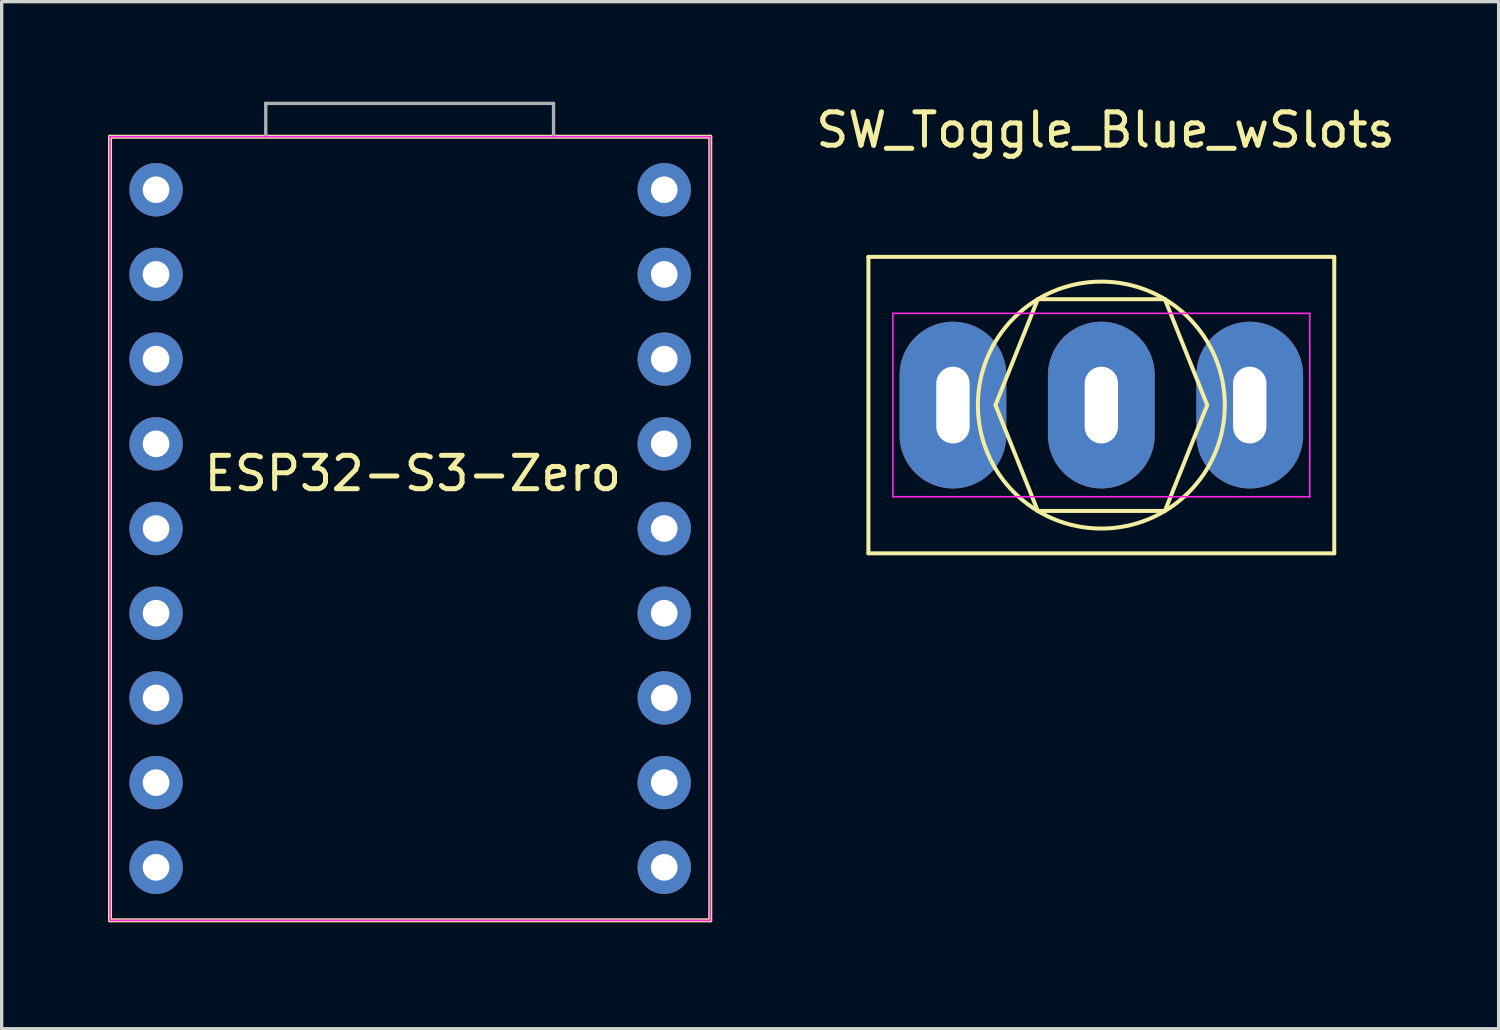
<source format=kicad_pcb>
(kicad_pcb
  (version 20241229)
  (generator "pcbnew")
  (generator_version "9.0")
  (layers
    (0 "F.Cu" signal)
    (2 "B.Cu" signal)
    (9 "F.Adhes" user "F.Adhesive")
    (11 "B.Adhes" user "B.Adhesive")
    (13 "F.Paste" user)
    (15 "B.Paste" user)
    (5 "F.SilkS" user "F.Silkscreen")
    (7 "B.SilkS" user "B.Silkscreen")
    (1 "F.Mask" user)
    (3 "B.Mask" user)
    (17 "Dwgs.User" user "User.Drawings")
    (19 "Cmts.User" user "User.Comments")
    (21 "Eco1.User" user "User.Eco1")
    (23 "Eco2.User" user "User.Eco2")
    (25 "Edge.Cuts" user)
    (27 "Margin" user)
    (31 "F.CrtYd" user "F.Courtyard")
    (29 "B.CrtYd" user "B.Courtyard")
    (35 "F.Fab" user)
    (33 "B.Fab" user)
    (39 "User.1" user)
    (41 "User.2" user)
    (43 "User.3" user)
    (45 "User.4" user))
  (footprint "ESP32-S3-Zero"
    (layer "F.Cu")
    (at 0.25 24.55)
    (property "Reference" "ESP32-S3-Zero" (at 9.08 -13.4 0) (unlocked yes) (layer "F.SilkS") (effects (font (size 1 1) (thickness 0.15))))
    (attr through_hole exclude_from_pos_files)
    (fp_line (start 0 -23.5) (end 0 0) (stroke (width 0.12) (type solid)) (layer "F.SilkS"))
    (fp_line (start 0 0) (end 18 0) (stroke (width 0.12) (type solid)) (layer "F.SilkS"))
    (fp_line (start 18 -23.5) (end 0 -23.5) (stroke (width 0.12) (type solid)) (layer "F.SilkS"))
    (fp_line (start 18 0) (end 18 -23.5) (stroke (width 0.12) (type solid)) (layer "F.SilkS"))
    (fp_line (start 0 -23.5) (end 18 -23.5) (stroke (width 0.05) (type solid)) (layer "F.CrtYd"))
    (fp_line (start 0 0) (end 0 -23.5) (stroke (width 0.05) (type solid)) (layer "F.CrtYd"))
    (fp_line (start 18 -23.5) (end 18 0) (stroke (width 0.05) (type solid)) (layer "F.CrtYd"))
    (fp_line (start 18 0) (end 0 0) (stroke (width 0.05) (type solid)) (layer "F.CrtYd"))
    (fp_line (start 4.67 -24.5) (end 4.67 -23.5) (stroke (width 0.1) (type solid)) (layer "F.Fab"))
    (fp_line (start 4.67 -24.5) (end 13.3 -24.5) (stroke (width 0.1) (type solid)) (layer "F.Fab"))
    (fp_line (start 13.3 -24.5) (end 13.3 -23.5) (stroke (width 0.1) (type solid)) (layer "F.Fab"))
    (pad "1" thru_hole circle (at 1.38 -14.29) (size 1.6 1.6) (drill 0.8) (layers "*.Cu" "*.Mask"))
    (pad "2" thru_hole circle (at 1.38 -11.75) (size 1.6 1.6) (drill 0.8) (layers "*.Cu" "*.Mask"))
    (pad "3" thru_hole circle (at 1.38 -9.21) (size 1.6 1.6) (drill 0.8) (layers "*.Cu" "*.Mask"))
    (pad "4" thru_hole circle (at 1.38 -6.67) (size 1.6 1.6) (drill 0.8) (layers "*.Cu" "*.Mask"))
    (pad "5" thru_hole circle (at 1.38 -4.13 90) (size 1.6 1.6) (drill 0.8) (layers "*.Cu" "*.Mask"))
    (pad "6" thru_hole circle (at 1.38 -1.59) (size 1.6 1.6) (drill 0.8) (layers "*.Cu" "*.Mask"))
    (pad "7" thru_hole circle (at 16.62 -1.59) (size 1.6 1.6) (drill 0.8) (layers "*.Cu" "*.Mask"))
    (pad "8" thru_hole circle (at 16.62 -4.13) (size 1.6 1.6) (drill 0.8) (layers "*.Cu" "*.Mask"))
    (pad "9" thru_hole circle (at 16.62 -6.67) (size 1.6 1.6) (drill 0.8) (layers "*.Cu" "*.Mask"))
    (pad "10" thru_hole circle (at 16.62 -9.21) (size 1.6 1.6) (drill 0.8) (layers "*.Cu" "*.Mask"))
    (pad "11" thru_hole circle (at 16.62 -11.75) (size 1.6 1.6) (drill 0.8) (layers "*.Cu" "*.Mask"))
    (pad "12" thru_hole circle (at 16.62 -14.29) (size 1.6 1.6) (drill 0.8) (layers "*.Cu" "*.Mask"))
    (pad "13" thru_hole circle (at 16.62 -16.83) (size 1.6 1.6) (drill 0.8) (layers "*.Cu" "*.Mask"))
    (pad "14" thru_hole circle (at 16.62 -19.37 90) (size 1.6 1.6) (drill 0.8) (layers "*.Cu" "*.Mask"))
    (pad "15" thru_hole circle (at 16.62 -21.91) (size 1.6 1.6) (drill 0.8) (layers "*.Cu" "*.Mask"))
    (pad "16" thru_hole circle (at 1.38 -21.91) (size 1.6 1.6) (drill 0.8) (layers "*.Cu" "*.Mask"))
    (pad "17" thru_hole circle (at 1.38 -19.37) (size 1.6 1.6) (drill 0.8) (layers "*.Cu" "*.Mask"))
    (pad "18" thru_hole circle (at 1.38 -16.83) (size 1.6 1.6) (drill 0.8) (layers "*.Cu" "*.Mask")))
  (footprint "SW_Toggle_Blue_wSlots"
    (layer "F.Cu")
    (at 29.978 9.098)
    (property "Reference" "SW_Toggle_Blue_wSlots" (at 0.124 -8.25 0) (layer "F.SilkS") (effects (font (size 1 1) (thickness 0.15))))
    (attr through_hole)
    (fp_line (start -6.985 -4.445) (end 6.985 -4.445) (stroke (width 0.12) (type solid)) (layer "F.SilkS"))
    (fp_line (start -6.985 4.445) (end -6.985 -4.445) (stroke (width 0.12) (type solid)) (layer "F.SilkS"))
    (fp_line (start -3.175 0) (end -1.905 -3.175) (stroke (width 0.12) (type solid)) (layer "F.SilkS"))
    (fp_line (start -1.905 -3.175) (end 1.905 -3.175) (stroke (width 0.12) (type solid)) (layer "F.SilkS"))
    (fp_line (start -1.905 3.175) (end -3.175 0) (stroke (width 0.12) (type solid)) (layer "F.SilkS"))
    (fp_line (start 1.905 -3.175) (end 3.175 0) (stroke (width 0.12) (type solid)) (layer "F.SilkS"))
    (fp_line (start 1.905 3.175) (end -1.905 3.175) (stroke (width 0.12) (type solid)) (layer "F.SilkS"))
    (fp_line (start 3.175 0) (end 1.905 3.175) (stroke (width 0.12) (type solid)) (layer "F.SilkS"))
    (fp_line (start 6.985 -4.445) (end 6.985 4.445) (stroke (width 0.12) (type solid)) (layer "F.SilkS"))
    (fp_line (start 6.985 4.445) (end -6.985 4.445) (stroke (width 0.12) (type solid)) (layer "F.SilkS"))
    (fp_circle (center 0 0) (end 1.905 3.175) (stroke (width 0.12) (type solid)) (fill no) (layer "F.SilkS"))
    (fp_line (start -4.902 -1.422) (end -4.013 -1.422) (stroke (width 0.12) (type solid)) (layer "Eco2.User"))
    (fp_line (start -4.902 1.372) (end -4.902 -1.422) (stroke (width 0.12) (type solid)) (layer "Eco2.User"))
    (fp_line (start -4.013 -1.422) (end -4.013 1.372) (stroke (width 0.12) (type solid)) (layer "Eco2.User"))
    (fp_line (start -4.013 1.372) (end -4.902 1.372) (stroke (width 0.12) (type solid)) (layer "Eco2.User"))
    (fp_line (start -0.457 -1.422) (end 0.432 -1.422) (stroke (width 0.12) (type solid)) (layer "Eco2.User"))
    (fp_line (start -0.457 1.372) (end -0.457 -1.422) (stroke (width 0.12) (type solid)) (layer "Eco2.User"))
    (fp_line (start 0.432 -1.422) (end 0.432 1.372) (stroke (width 0.12) (type solid)) (layer "Eco2.User"))
    (fp_line (start 0.432 1.372) (end -0.457 1.372) (stroke (width 0.12) (type solid)) (layer "Eco2.User"))
    (fp_line (start 4.013 -1.422) (end 4.877 -1.422) (stroke (width 0.12) (type solid)) (layer "Eco2.User"))
    (fp_line (start 4.013 1.372) (end 4.013 -1.422) (stroke (width 0.12) (type solid)) (layer "Eco2.User"))
    (fp_line (start 4.877 -1.422) (end 4.902 1.372) (stroke (width 0.12) (type solid)) (layer "Eco2.User"))
    (fp_line (start 4.902 1.372) (end 4.013 1.372) (stroke (width 0.12) (type solid)) (layer "Eco2.User"))
    (fp_line (start -6.25 -2.75) (end 6.25 -2.75) (stroke (width 0.05) (type solid)) (layer "F.CrtYd"))
    (fp_line (start -6.25 2.75) (end -6.25 -2.75) (stroke (width 0.05) (type solid)) (layer "F.CrtYd"))
    (fp_line (start 6.25 -2.75) (end 6.25 2.75) (stroke (width 0.05) (type solid)) (layer "F.CrtYd"))
    (fp_line (start 6.25 2.75) (end -6.25 2.75) (stroke (width 0.05) (type solid)) (layer "F.CrtYd"))
    (pad "1" thru_hole oval (at -4.45 0) (size 3.2 5) (drill oval 1 2.3) (layers "*.Cu"))
    (pad "2" thru_hole oval (at 0 0) (size 3.2 5) (drill oval 1 2.3) (layers "*.Cu"))
    (pad "3" thru_hole oval (at 4.45 0) (size 3.2 5) (drill oval 1 2.3) (layers "*.Cu")))
  (gr_rect
    (start -3 -3)
    (end 41.893 27.8)
    (stroke (width 0.1) (type default))
    (fill no)
    (layer "Edge.Cuts")))
</source>
